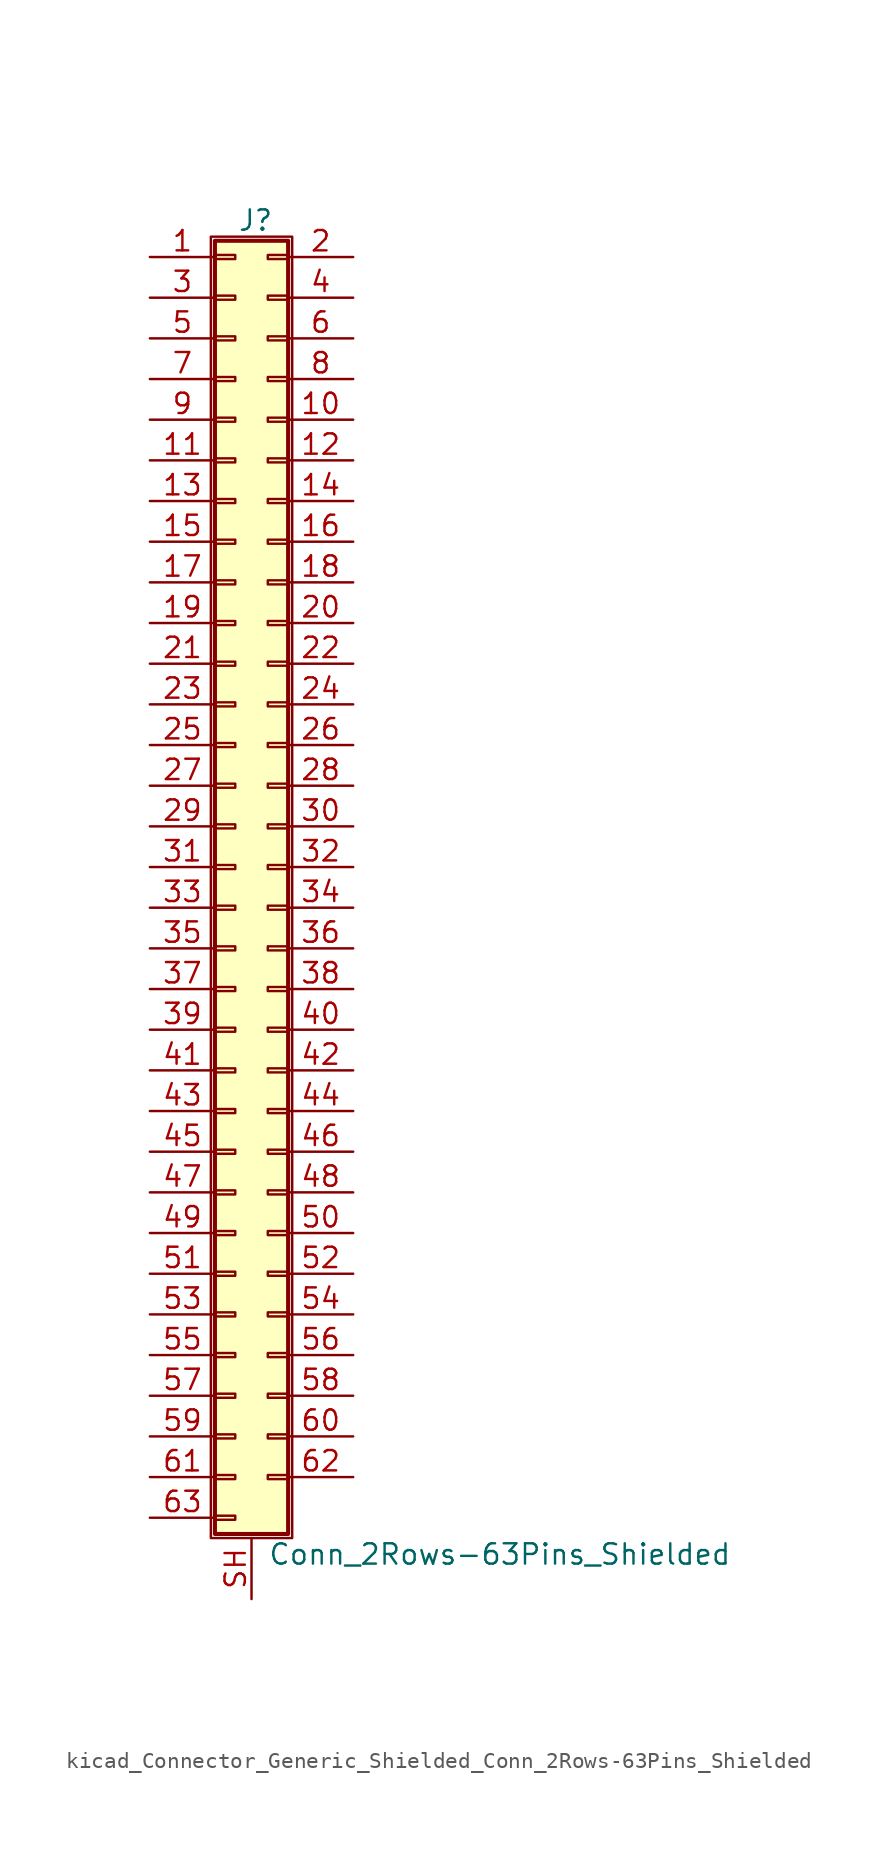
<source format=kicad_sym>
(kicad_symbol_lib
  (version 20220914)
  (generator kicad_symbol_editor)
  (symbol "kicad_Connector_Generic_Shielded_Conn_2Rows-63Pins_Shielded"
    (pin_names
      (offset 1.016) hide)
    (property "Reference" "J"
      (at 1.524 40.386 0)
      (effects (font (size 1.27 1.27))))
    (property "Value" "Conn_2Rows-63Pins_Shielded"
      (at 2.286 -42.926 0)
      (effects (font (size 1.27 1.27)) (justify left)))
    (symbol "kicad_Connector_Generic_Shielded_Conn_2Rows-63Pins_Shielded_1_1"
      (rectangle (start -1.27 39.37) (end 3.81 -41.91) (stroke (width 0.152) (type default)) (fill (type none)))
      (rectangle (start -1.016 -40.513) (end 0.254 -40.767) (stroke (width 0.152) (type default)) (fill (type none)))
      (rectangle (start -1.016 -37.973) (end 0.254 -38.227) (stroke (width 0.152) (type default)) (fill (type none)))
      (rectangle (start -1.016 -35.433) (end 0.254 -35.687) (stroke (width 0.152) (type default)) (fill (type none)))
      (rectangle (start -1.016 -32.893) (end 0.254 -33.147) (stroke (width 0.152) (type default)) (fill (type none)))
      (rectangle (start -1.016 -30.353) (end 0.254 -30.607) (stroke (width 0.152) (type default)) (fill (type none)))
      (rectangle (start -1.016 -27.813) (end 0.254 -28.067) (stroke (width 0.152) (type default)) (fill (type none)))
      (rectangle (start -1.016 -25.273) (end 0.254 -25.527) (stroke (width 0.152) (type default)) (fill (type none)))
      (rectangle (start -1.016 -22.733) (end 0.254 -22.987) (stroke (width 0.152) (type default)) (fill (type none)))
      (rectangle (start -1.016 -20.193) (end 0.254 -20.447) (stroke (width 0.152) (type default)) (fill (type none)))
      (rectangle (start -1.016 -17.653) (end 0.254 -17.907) (stroke (width 0.152) (type default)) (fill (type none)))
      (rectangle (start -1.016 -15.113) (end 0.254 -15.367) (stroke (width 0.152) (type default)) (fill (type none)))
      (rectangle (start -1.016 -12.573) (end 0.254 -12.827) (stroke (width 0.152) (type default)) (fill (type none)))
      (rectangle (start -1.016 -10.033) (end 0.254 -10.287) (stroke (width 0.152) (type default)) (fill (type none)))
      (rectangle (start -1.016 -7.493) (end 0.254 -7.747) (stroke (width 0.152) (type default)) (fill (type none)))
      (rectangle (start -1.016 -4.953) (end 0.254 -5.207) (stroke (width 0.152) (type default)) (fill (type none)))
      (rectangle (start -1.016 -2.413) (end 0.254 -2.667) (stroke (width 0.152) (type default)) (fill (type none)))
      (rectangle (start -1.016 0.127) (end 0.254 -0.127) (stroke (width 0.152) (type default)) (fill (type none)))
      (rectangle (start -1.016 2.667) (end 0.254 2.413) (stroke (width 0.152) (type default)) (fill (type none)))
      (rectangle (start -1.016 5.207) (end 0.254 4.953) (stroke (width 0.152) (type default)) (fill (type none)))
      (rectangle (start -1.016 7.747) (end 0.254 7.493) (stroke (width 0.152) (type default)) (fill (type none)))
      (rectangle (start -1.016 10.287) (end 0.254 10.033) (stroke (width 0.152) (type default)) (fill (type none)))
      (rectangle (start -1.016 12.827) (end 0.254 12.573) (stroke (width 0.152) (type default)) (fill (type none)))
      (rectangle (start -1.016 15.367) (end 0.254 15.113) (stroke (width 0.152) (type default)) (fill (type none)))
      (rectangle (start -1.016 17.907) (end 0.254 17.653) (stroke (width 0.152) (type default)) (fill (type none)))
      (rectangle (start -1.016 20.447) (end 0.254 20.193) (stroke (width 0.152) (type default)) (fill (type none)))
      (rectangle (start -1.016 22.987) (end 0.254 22.733) (stroke (width 0.152) (type default)) (fill (type none)))
      (rectangle (start -1.016 25.527) (end 0.254 25.273) (stroke (width 0.152) (type default)) (fill (type none)))
      (rectangle (start -1.016 28.067) (end 0.254 27.813) (stroke (width 0.152) (type default)) (fill (type none)))
      (rectangle (start -1.016 30.607) (end 0.254 30.353) (stroke (width 0.152) (type default)) (fill (type none)))
      (rectangle (start -1.016 33.147) (end 0.254 32.893) (stroke (width 0.152) (type default)) (fill (type none)))
      (rectangle (start -1.016 35.687) (end 0.254 35.433) (stroke (width 0.152) (type default)) (fill (type none)))
      (rectangle (start -1.016 38.227) (end 0.254 37.973) (stroke (width 0.152) (type default)) (fill (type none)))
      (rectangle (start -1.016 39.116) (end 3.556 -41.656) (stroke (width 0.254) (type default)) (fill (type background)))
      (rectangle (start 3.556 -37.973) (end 2.286 -38.227) (stroke (width 0.152) (type default)) (fill (type none)))
      (rectangle (start 3.556 -35.433) (end 2.286 -35.687) (stroke (width 0.152) (type default)) (fill (type none)))
      (rectangle (start 3.556 -32.893) (end 2.286 -33.147) (stroke (width 0.152) (type default)) (fill (type none)))
      (rectangle (start 3.556 -30.353) (end 2.286 -30.607) (stroke (width 0.152) (type default)) (fill (type none)))
      (rectangle (start 3.556 -27.813) (end 2.286 -28.067) (stroke (width 0.152) (type default)) (fill (type none)))
      (rectangle (start 3.556 -25.273) (end 2.286 -25.527) (stroke (width 0.152) (type default)) (fill (type none)))
      (rectangle (start 3.556 -22.733) (end 2.286 -22.987) (stroke (width 0.152) (type default)) (fill (type none)))
      (rectangle (start 3.556 -20.193) (end 2.286 -20.447) (stroke (width 0.152) (type default)) (fill (type none)))
      (rectangle (start 3.556 -17.653) (end 2.286 -17.907) (stroke (width 0.152) (type default)) (fill (type none)))
      (rectangle (start 3.556 -15.113) (end 2.286 -15.367) (stroke (width 0.152) (type default)) (fill (type none)))
      (rectangle (start 3.556 -12.573) (end 2.286 -12.827) (stroke (width 0.152) (type default)) (fill (type none)))
      (rectangle (start 3.556 -10.033) (end 2.286 -10.287) (stroke (width 0.152) (type default)) (fill (type none)))
      (rectangle (start 3.556 -7.493) (end 2.286 -7.747) (stroke (width 0.152) (type default)) (fill (type none)))
      (rectangle (start 3.556 -4.953) (end 2.286 -5.207) (stroke (width 0.152) (type default)) (fill (type none)))
      (rectangle (start 3.556 -2.413) (end 2.286 -2.667) (stroke (width 0.152) (type default)) (fill (type none)))
      (rectangle (start 3.556 0.127) (end 2.286 -0.127) (stroke (width 0.152) (type default)) (fill (type none)))
      (rectangle (start 3.556 2.667) (end 2.286 2.413) (stroke (width 0.152) (type default)) (fill (type none)))
      (rectangle (start 3.556 5.207) (end 2.286 4.953) (stroke (width 0.152) (type default)) (fill (type none)))
      (rectangle (start 3.556 7.747) (end 2.286 7.493) (stroke (width 0.152) (type default)) (fill (type none)))
      (rectangle (start 3.556 10.287) (end 2.286 10.033) (stroke (width 0.152) (type default)) (fill (type none)))
      (rectangle (start 3.556 12.827) (end 2.286 12.573) (stroke (width 0.152) (type default)) (fill (type none)))
      (rectangle (start 3.556 15.367) (end 2.286 15.113) (stroke (width 0.152) (type default)) (fill (type none)))
      (rectangle (start 3.556 17.907) (end 2.286 17.653) (stroke (width 0.152) (type default)) (fill (type none)))
      (rectangle (start 3.556 20.447) (end 2.286 20.193) (stroke (width 0.152) (type default)) (fill (type none)))
      (rectangle (start 3.556 22.987) (end 2.286 22.733) (stroke (width 0.152) (type default)) (fill (type none)))
      (rectangle (start 3.556 25.527) (end 2.286 25.273) (stroke (width 0.152) (type default)) (fill (type none)))
      (rectangle (start 3.556 28.067) (end 2.286 27.813) (stroke (width 0.152) (type default)) (fill (type none)))
      (rectangle (start 3.556 30.607) (end 2.286 30.353) (stroke (width 0.152) (type default)) (fill (type none)))
      (rectangle (start 3.556 33.147) (end 2.286 32.893) (stroke (width 0.152) (type default)) (fill (type none)))
      (rectangle (start 3.556 35.687) (end 2.286 35.433) (stroke (width 0.152) (type default)) (fill (type none)))
      (rectangle (start 3.556 38.227) (end 2.286 37.973) (stroke (width 0.152) (type default)) (fill (type none)))
      (pin passive line (at -5.08 38.1 0) (length 4.064) (name "Pin_1" (effects (font (size 1.27 1.27)))) (number "1" (effects (font (size 1.27 1.27)))))
      (pin passive line (at 7.62 27.94 180) (length 4.064) (name "Pin_10" (effects (font (size 1.27 1.27)))) (number "10" (effects (font (size 1.27 1.27)))))
      (pin passive line (at -5.08 25.4 0) (length 4.064) (name "Pin_11" (effects (font (size 1.27 1.27)))) (number "11" (effects (font (size 1.27 1.27)))))
      (pin passive line (at 7.62 25.4 180) (length 4.064) (name "Pin_12" (effects (font (size 1.27 1.27)))) (number "12" (effects (font (size 1.27 1.27)))))
      (pin passive line (at -5.08 22.86 0) (length 4.064) (name "Pin_13" (effects (font (size 1.27 1.27)))) (number "13" (effects (font (size 1.27 1.27)))))
      (pin passive line (at 7.62 22.86 180) (length 4.064) (name "Pin_14" (effects (font (size 1.27 1.27)))) (number "14" (effects (font (size 1.27 1.27)))))
      (pin passive line (at -5.08 20.32 0) (length 4.064) (name "Pin_15" (effects (font (size 1.27 1.27)))) (number "15" (effects (font (size 1.27 1.27)))))
      (pin passive line (at 7.62 20.32 180) (length 4.064) (name "Pin_16" (effects (font (size 1.27 1.27)))) (number "16" (effects (font (size 1.27 1.27)))))
      (pin passive line (at -5.08 17.78 0) (length 4.064) (name "Pin_17" (effects (font (size 1.27 1.27)))) (number "17" (effects (font (size 1.27 1.27)))))
      (pin passive line (at 7.62 17.78 180) (length 4.064) (name "Pin_18" (effects (font (size 1.27 1.27)))) (number "18" (effects (font (size 1.27 1.27)))))
      (pin passive line (at -5.08 15.24 0) (length 4.064) (name "Pin_19" (effects (font (size 1.27 1.27)))) (number "19" (effects (font (size 1.27 1.27)))))
      (pin passive line (at 7.62 38.1 180) (length 4.064) (name "Pin_2" (effects (font (size 1.27 1.27)))) (number "2" (effects (font (size 1.27 1.27)))))
      (pin passive line (at 7.62 15.24 180) (length 4.064) (name "Pin_20" (effects (font (size 1.27 1.27)))) (number "20" (effects (font (size 1.27 1.27)))))
      (pin passive line (at -5.08 12.7 0) (length 4.064) (name "Pin_21" (effects (font (size 1.27 1.27)))) (number "21" (effects (font (size 1.27 1.27)))))
      (pin passive line (at 7.62 12.7 180) (length 4.064) (name "Pin_22" (effects (font (size 1.27 1.27)))) (number "22" (effects (font (size 1.27 1.27)))))
      (pin passive line (at -5.08 10.16 0) (length 4.064) (name "Pin_23" (effects (font (size 1.27 1.27)))) (number "23" (effects (font (size 1.27 1.27)))))
      (pin passive line (at 7.62 10.16 180) (length 4.064) (name "Pin_24" (effects (font (size 1.27 1.27)))) (number "24" (effects (font (size 1.27 1.27)))))
      (pin passive line (at -5.08 7.62 0) (length 4.064) (name "Pin_25" (effects (font (size 1.27 1.27)))) (number "25" (effects (font (size 1.27 1.27)))))
      (pin passive line (at 7.62 7.62 180) (length 4.064) (name "Pin_26" (effects (font (size 1.27 1.27)))) (number "26" (effects (font (size 1.27 1.27)))))
      (pin passive line (at -5.08 5.08 0) (length 4.064) (name "Pin_27" (effects (font (size 1.27 1.27)))) (number "27" (effects (font (size 1.27 1.27)))))
      (pin passive line (at 7.62 5.08 180) (length 4.064) (name "Pin_28" (effects (font (size 1.27 1.27)))) (number "28" (effects (font (size 1.27 1.27)))))
      (pin passive line (at -5.08 2.54 0) (length 4.064) (name "Pin_29" (effects (font (size 1.27 1.27)))) (number "29" (effects (font (size 1.27 1.27)))))
      (pin passive line (at -5.08 35.56 0) (length 4.064) (name "Pin_3" (effects (font (size 1.27 1.27)))) (number "3" (effects (font (size 1.27 1.27)))))
      (pin passive line (at 7.62 2.54 180) (length 4.064) (name "Pin_30" (effects (font (size 1.27 1.27)))) (number "30" (effects (font (size 1.27 1.27)))))
      (pin passive line (at -5.08 0 0) (length 4.064) (name "Pin_31" (effects (font (size 1.27 1.27)))) (number "31" (effects (font (size 1.27 1.27)))))
      (pin passive line (at 7.62 0 180) (length 4.064) (name "Pin_32" (effects (font (size 1.27 1.27)))) (number "32" (effects (font (size 1.27 1.27)))))
      (pin passive line (at -5.08 -2.54 0) (length 4.064) (name "Pin_33" (effects (font (size 1.27 1.27)))) (number "33" (effects (font (size 1.27 1.27)))))
      (pin passive line (at 7.62 -2.54 180) (length 4.064) (name "Pin_34" (effects (font (size 1.27 1.27)))) (number "34" (effects (font (size 1.27 1.27)))))
      (pin passive line (at -5.08 -5.08 0) (length 4.064) (name "Pin_35" (effects (font (size 1.27 1.27)))) (number "35" (effects (font (size 1.27 1.27)))))
      (pin passive line (at 7.62 -5.08 180) (length 4.064) (name "Pin_36" (effects (font (size 1.27 1.27)))) (number "36" (effects (font (size 1.27 1.27)))))
      (pin passive line (at -5.08 -7.62 0) (length 4.064) (name "Pin_37" (effects (font (size 1.27 1.27)))) (number "37" (effects (font (size 1.27 1.27)))))
      (pin passive line (at 7.62 -7.62 180) (length 4.064) (name "Pin_38" (effects (font (size 1.27 1.27)))) (number "38" (effects (font (size 1.27 1.27)))))
      (pin passive line (at -5.08 -10.16 0) (length 4.064) (name "Pin_39" (effects (font (size 1.27 1.27)))) (number "39" (effects (font (size 1.27 1.27)))))
      (pin passive line (at 7.62 35.56 180) (length 4.064) (name "Pin_4" (effects (font (size 1.27 1.27)))) (number "4" (effects (font (size 1.27 1.27)))))
      (pin passive line (at 7.62 -10.16 180) (length 4.064) (name "Pin_40" (effects (font (size 1.27 1.27)))) (number "40" (effects (font (size 1.27 1.27)))))
      (pin passive line (at -5.08 -12.7 0) (length 4.064) (name "Pin_41" (effects (font (size 1.27 1.27)))) (number "41" (effects (font (size 1.27 1.27)))))
      (pin passive line (at 7.62 -12.7 180) (length 4.064) (name "Pin_42" (effects (font (size 1.27 1.27)))) (number "42" (effects (font (size 1.27 1.27)))))
      (pin passive line (at -5.08 -15.24 0) (length 4.064) (name "Pin_43" (effects (font (size 1.27 1.27)))) (number "43" (effects (font (size 1.27 1.27)))))
      (pin passive line (at 7.62 -15.24 180) (length 4.064) (name "Pin_44" (effects (font (size 1.27 1.27)))) (number "44" (effects (font (size 1.27 1.27)))))
      (pin passive line (at -5.08 -17.78 0) (length 4.064) (name "Pin_45" (effects (font (size 1.27 1.27)))) (number "45" (effects (font (size 1.27 1.27)))))
      (pin passive line (at 7.62 -17.78 180) (length 4.064) (name "Pin_46" (effects (font (size 1.27 1.27)))) (number "46" (effects (font (size 1.27 1.27)))))
      (pin passive line (at -5.08 -20.32 0) (length 4.064) (name "Pin_47" (effects (font (size 1.27 1.27)))) (number "47" (effects (font (size 1.27 1.27)))))
      (pin passive line (at 7.62 -20.32 180) (length 4.064) (name "Pin_48" (effects (font (size 1.27 1.27)))) (number "48" (effects (font (size 1.27 1.27)))))
      (pin passive line (at -5.08 -22.86 0) (length 4.064) (name "Pin_49" (effects (font (size 1.27 1.27)))) (number "49" (effects (font (size 1.27 1.27)))))
      (pin passive line (at -5.08 33.02 0) (length 4.064) (name "Pin_5" (effects (font (size 1.27 1.27)))) (number "5" (effects (font (size 1.27 1.27)))))
      (pin passive line (at 7.62 -22.86 180) (length 4.064) (name "Pin_50" (effects (font (size 1.27 1.27)))) (number "50" (effects (font (size 1.27 1.27)))))
      (pin passive line (at -5.08 -25.4 0) (length 4.064) (name "Pin_51" (effects (font (size 1.27 1.27)))) (number "51" (effects (font (size 1.27 1.27)))))
      (pin passive line (at 7.62 -25.4 180) (length 4.064) (name "Pin_52" (effects (font (size 1.27 1.27)))) (number "52" (effects (font (size 1.27 1.27)))))
      (pin passive line (at -5.08 -27.94 0) (length 4.064) (name "Pin_53" (effects (font (size 1.27 1.27)))) (number "53" (effects (font (size 1.27 1.27)))))
      (pin passive line (at 7.62 -27.94 180) (length 4.064) (name "Pin_54" (effects (font (size 1.27 1.27)))) (number "54" (effects (font (size 1.27 1.27)))))
      (pin passive line (at -5.08 -30.48 0) (length 4.064) (name "Pin_55" (effects (font (size 1.27 1.27)))) (number "55" (effects (font (size 1.27 1.27)))))
      (pin passive line (at 7.62 -30.48 180) (length 4.064) (name "Pin_56" (effects (font (size 1.27 1.27)))) (number "56" (effects (font (size 1.27 1.27)))))
      (pin passive line (at -5.08 -33.02 0) (length 4.064) (name "Pin_57" (effects (font (size 1.27 1.27)))) (number "57" (effects (font (size 1.27 1.27)))))
      (pin passive line (at 7.62 -33.02 180) (length 4.064) (name "Pin_58" (effects (font (size 1.27 1.27)))) (number "58" (effects (font (size 1.27 1.27)))))
      (pin passive line (at -5.08 -35.56 0) (length 4.064) (name "Pin_59" (effects (font (size 1.27 1.27)))) (number "59" (effects (font (size 1.27 1.27)))))
      (pin passive line (at 7.62 33.02 180) (length 4.064) (name "Pin_6" (effects (font (size 1.27 1.27)))) (number "6" (effects (font (size 1.27 1.27)))))
      (pin passive line (at 7.62 -35.56 180) (length 4.064) (name "Pin_60" (effects (font (size 1.27 1.27)))) (number "60" (effects (font (size 1.27 1.27)))))
      (pin passive line (at -5.08 -38.1 0) (length 4.064) (name "Pin_61" (effects (font (size 1.27 1.27)))) (number "61" (effects (font (size 1.27 1.27)))))
      (pin passive line (at 7.62 -38.1 180) (length 4.064) (name "Pin_62" (effects (font (size 1.27 1.27)))) (number "62" (effects (font (size 1.27 1.27)))))
      (pin passive line (at -5.08 -40.64 0) (length 4.064) (name "Pin_63" (effects (font (size 1.27 1.27)))) (number "63" (effects (font (size 1.27 1.27)))))
      (pin passive line (at -5.08 30.48 0) (length 4.064) (name "Pin_7" (effects (font (size 1.27 1.27)))) (number "7" (effects (font (size 1.27 1.27)))))
      (pin passive line (at 7.62 30.48 180) (length 4.064) (name "Pin_8" (effects (font (size 1.27 1.27)))) (number "8" (effects (font (size 1.27 1.27)))))
      (pin passive line (at -5.08 27.94 0) (length 4.064) (name "Pin_9" (effects (font (size 1.27 1.27)))) (number "9" (effects (font (size 1.27 1.27)))))
      (pin passive line (at 1.27 -45.72 90) (length 3.81) (name "Shield" (effects (font (size 1.27 1.27)))) (number "SH" (effects (font (size 1.27 1.27))))))))
</source>
